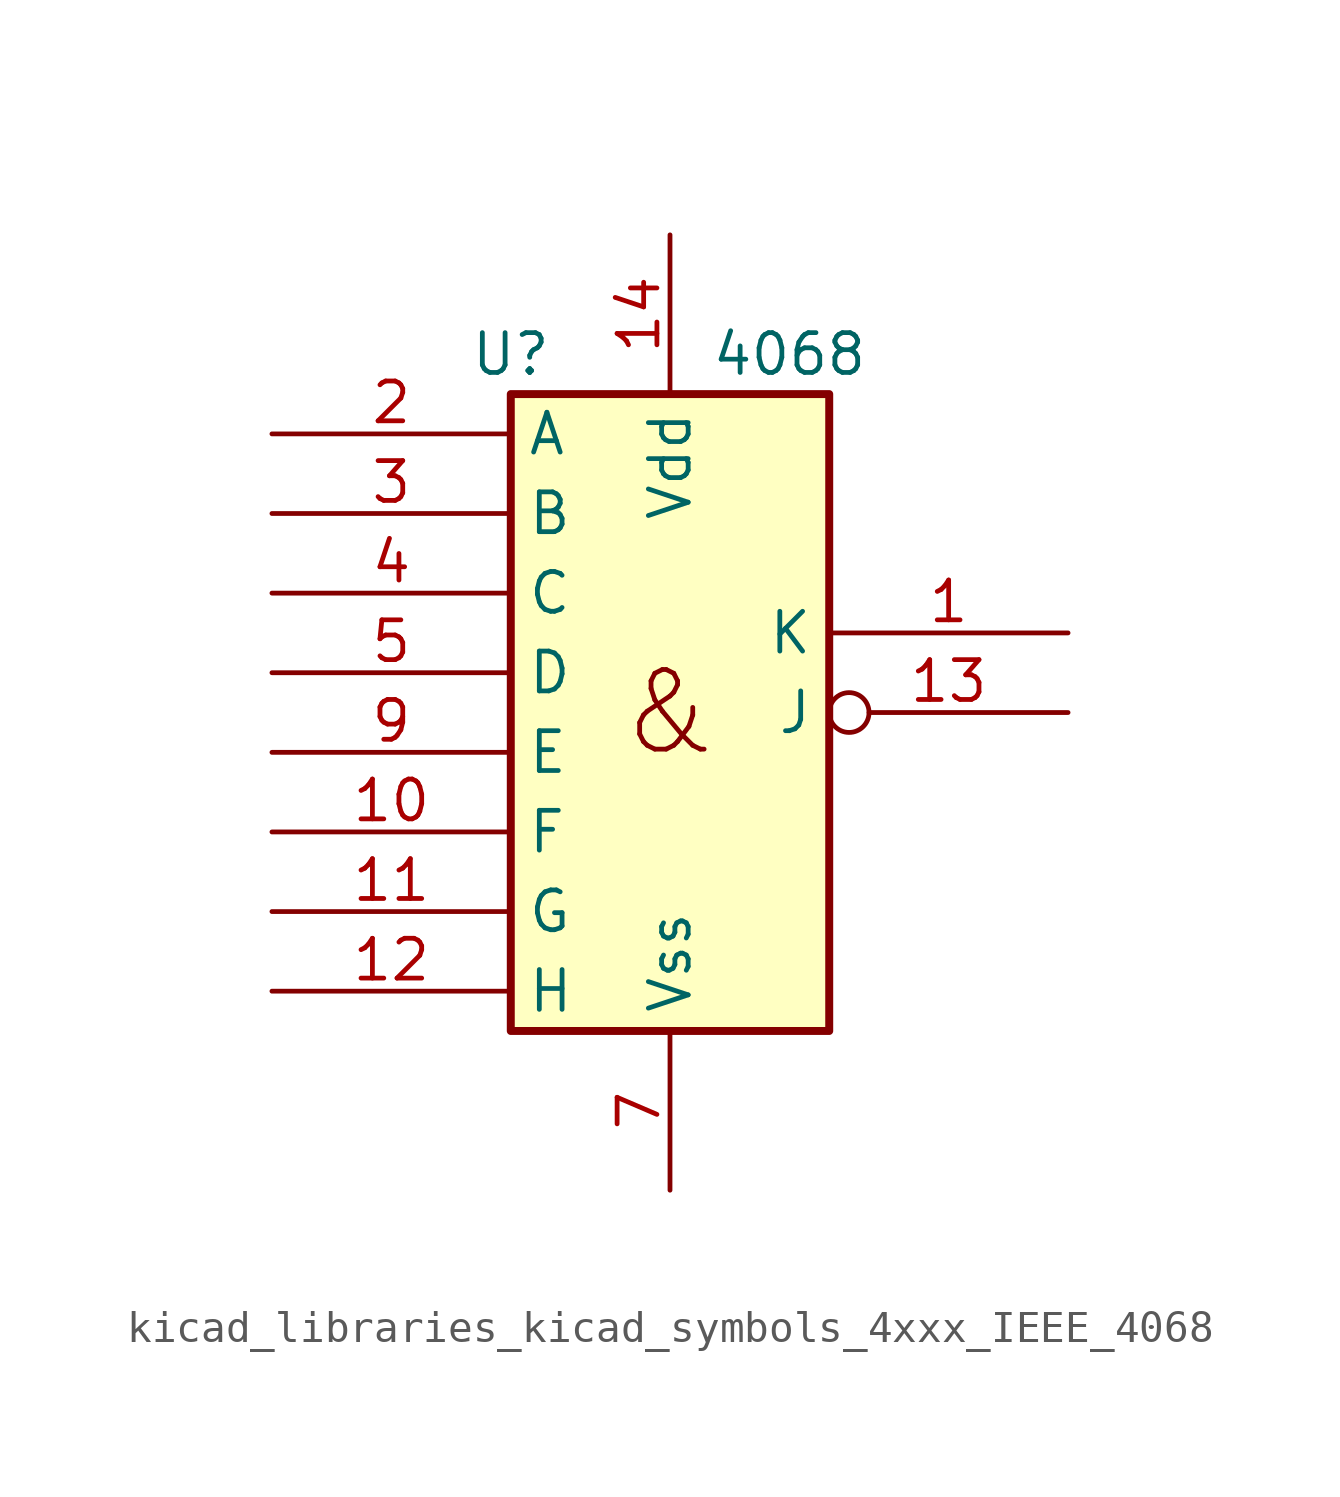
<source format=kicad_sym>
(kicad_symbol_lib
  (version 20220914)
  (generator kicad_symbol_editor)
  (symbol "kicad_libraries_kicad_symbols_4xxx_IEEE_4068"
    (property "Reference" "U"
      (at -5.08 11.43 0)
      (effects (font (size 1.27 1.27))))
    (property "Value" "4068"
      (at 3.81 11.43 0)
      (effects (font (size 1.27 1.27))))
    (symbol "kicad_libraries_kicad_symbols_4xxx_IEEE_4068_0_0"
      (rectangle (start -5.08 10.16) (end 5.08 -10.16) (stroke (width 0.254) (type default)) (fill (type background)))
      (text "&" (at 0 0 0) (effects (font (size 2.54 2.54)))))
    (symbol "kicad_libraries_kicad_symbols_4xxx_IEEE_4068_0_1"
      (pin power_in line (at 0 15.24 270) (length 5.08) (name "Vdd" (effects (font (size 1.27 1.27)))) (number "14" (effects (font (size 1.27 1.27)))))
      (pin power_in line (at 0 -15.24 90) (length 5.08) (name "Vss" (effects (font (size 1.27 1.27)))) (number "7" (effects (font (size 1.27 1.27))))))
    (symbol "kicad_libraries_kicad_symbols_4xxx_IEEE_4068_1_1"
      (pin output line (at 12.7 2.54 180) (length 7.62) (name "K" (effects (font (size 1.27 1.27)))) (number "1" (effects (font (size 1.27 1.27)))))
      (pin input line (at -12.7 -3.81 0) (length 7.62) (name "F" (effects (font (size 1.27 1.27)))) (number "10" (effects (font (size 1.27 1.27)))))
      (pin input line (at -12.7 -6.35 0) (length 7.62) (name "G" (effects (font (size 1.27 1.27)))) (number "11" (effects (font (size 1.27 1.27)))))
      (pin input line (at -12.7 -8.89 0) (length 7.62) (name "H" (effects (font (size 1.27 1.27)))) (number "12" (effects (font (size 1.27 1.27)))))
      (pin output inverted (at 12.7 0 180) (length 7.62) (name "J" (effects (font (size 1.27 1.27)))) (number "13" (effects (font (size 1.27 1.27)))))
      (pin input line (at -12.7 8.89 0) (length 7.62) (name "A" (effects (font (size 1.27 1.27)))) (number "2" (effects (font (size 1.27 1.27)))))
      (pin input line (at -12.7 6.35 0) (length 7.62) (name "B" (effects (font (size 1.27 1.27)))) (number "3" (effects (font (size 1.27 1.27)))))
      (pin input line (at -12.7 3.81 0) (length 7.62) (name "C" (effects (font (size 1.27 1.27)))) (number "4" (effects (font (size 1.27 1.27)))))
      (pin input line (at -12.7 1.27 0) (length 7.62) (name "D" (effects (font (size 1.27 1.27)))) (number "5" (effects (font (size 1.27 1.27)))))
      (pin input line (at -12.7 -1.27 0) (length 7.62) (name "E" (effects (font (size 1.27 1.27)))) (number "9" (effects (font (size 1.27 1.27))))))))
</source>
